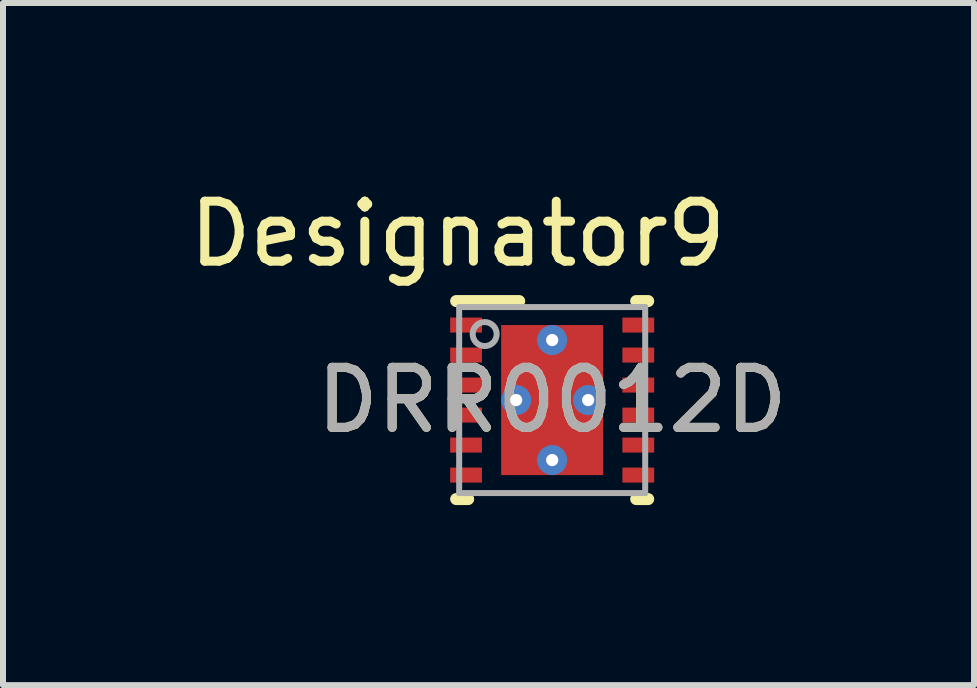
<source format=kicad_pcb>
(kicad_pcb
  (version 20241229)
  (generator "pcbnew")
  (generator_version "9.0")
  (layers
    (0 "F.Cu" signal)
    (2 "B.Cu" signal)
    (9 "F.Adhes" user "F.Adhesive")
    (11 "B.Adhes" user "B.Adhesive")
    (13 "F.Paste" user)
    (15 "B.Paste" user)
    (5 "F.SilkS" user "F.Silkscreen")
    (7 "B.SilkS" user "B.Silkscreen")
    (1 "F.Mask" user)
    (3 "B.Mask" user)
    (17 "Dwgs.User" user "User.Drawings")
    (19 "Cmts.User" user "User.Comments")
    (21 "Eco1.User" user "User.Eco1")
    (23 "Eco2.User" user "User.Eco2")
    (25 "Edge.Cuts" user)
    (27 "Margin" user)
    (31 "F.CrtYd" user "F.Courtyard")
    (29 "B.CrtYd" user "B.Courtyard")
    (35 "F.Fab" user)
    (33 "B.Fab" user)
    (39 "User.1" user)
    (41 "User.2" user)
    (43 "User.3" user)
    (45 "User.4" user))
  (footprint "DRR0012D"
    (layer "F.Cu")
    (at 6.152 3.617)
    (property "Reference" "DRR0012D" (at 0 0 0) (unlocked yes) (layer "F.SilkS") (effects (font (size 1 1) (thickness 0.15))))
    (attr smd)
    (fp_line (start -1.6 -1.65) (end -0.55 -1.65) (stroke (width 0.2) (type solid)) (layer "F.SilkS"))
    (fp_line (start -1.6 1.65) (end -1.4 1.65) (stroke (width 0.2) (type solid)) (layer "F.SilkS"))
    (fp_line (start 1.4 -1.65) (end 1.6 -1.65) (stroke (width 0.2) (type solid)) (layer "F.SilkS"))
    (fp_line (start 1.4 1.65) (end 1.6 1.65) (stroke (width 0.2) (type solid)) (layer "F.SilkS"))
    (fp_poly (pts (xy -0.775 -0.15) (xy -0.775 -1.151) (xy -0.774 -1.16) (xy -0.771 -1.169) (xy -0.767 -1.178) (xy -0.761 -1.186) (xy -0.753 -1.192) (xy -0.744 -1.196) (xy -0.735 -1.199) (xy -0.726 -1.2) (xy 0.726 -1.2) (xy 0.735 -1.199) (xy 0.744 -1.196) (xy 0.753 -1.192) (xy 0.761 -1.186) (xy 0.767 -1.178) (xy 0.771 -1.169) (xy 0.774 -1.16) (xy 0.775 -1.151) (xy 0.775 -0.15) (xy 0.774 -0.14) (xy 0.771 -0.131) (xy 0.767 -0.122) (xy 0.761 -0.114) (xy 0.753 -0.108) (xy 0.744 -0.104) (xy 0.735 -0.101) (xy 0.726 -0.1) (xy -0.726 -0.1) (xy -0.735 -0.101) (xy -0.744 -0.104) (xy -0.753 -0.108) (xy -0.761 -0.114) (xy -0.767 -0.122) (xy -0.771 -0.131) (xy -0.774 -0.14)) (stroke (width 0) (type solid)) (fill yes) (layer "F.Paste"))
    (fp_poly (pts (xy -0.775 1.151) (xy -0.775 0.15) (xy -0.774 0.14) (xy -0.771 0.131) (xy -0.767 0.122) (xy -0.761 0.114) (xy -0.753 0.108) (xy -0.744 0.104) (xy -0.735 0.101) (xy -0.726 0.1) (xy 0.726 0.1) (xy 0.735 0.101) (xy 0.744 0.104) (xy 0.753 0.108) (xy 0.761 0.114) (xy 0.767 0.122) (xy 0.771 0.131) (xy 0.774 0.14) (xy 0.775 0.15) (xy 0.775 1.151) (xy 0.774 1.16) (xy 0.771 1.169) (xy 0.767 1.178) (xy 0.761 1.186) (xy 0.753 1.192) (xy 0.744 1.196) (xy 0.735 1.199) (xy 0.726 1.2) (xy -0.726 1.2) (xy -0.735 1.199) (xy -0.744 1.196) (xy -0.753 1.192) (xy -0.761 1.186) (xy -0.767 1.178) (xy -0.771 1.169) (xy -0.774 1.16)) (stroke (width 0) (type solid)) (fill yes) (layer "F.Paste"))
    (fp_line (start -1.55 -1.55) (end 1.55 -1.55) (stroke (width 0.1) (type solid)) (layer "F.Fab"))
    (fp_line (start -1.55 1.55) (end -1.55 -1.55) (stroke (width 0.1) (type solid)) (layer "F.Fab"))
    (fp_line (start -1.55 1.55) (end 1.55 1.55) (stroke (width 0.1) (type solid)) (layer "F.Fab"))
    (fp_line (start 1.55 1.55) (end 1.55 -1.55) (stroke (width 0.1) (type solid)) (layer "F.Fab"))
    (fp_circle (center -1.125 -1.1) (end -0.925 -1.1) (stroke (width 0.1) (type solid)) (fill no) (layer "F.Fab"))
    (fp_text user "Designator9" (at -1.575 -2.769 0) (unlocked yes) (layer "F.SilkS") (effects (font (size 1 1) (thickness 0.15))))
    (fp_text user "${REFERENCE}" (at 0 0 0) (unlocked yes) (layer "F.Fab") (effects (font (size 1 1) (thickness 0.15))))
    (pad "1" smd rect (at -1.435 -1.25) (size 0.53 0.25) (layers "F.Cu" "F.Mask" "F.Paste"))
    (pad "2" smd rect (at -1.435 -0.75) (size 0.53 0.25) (layers "F.Cu" "F.Mask" "F.Paste"))
    (pad "3" smd rect (at -1.435 -0.25) (size 0.53 0.25) (layers "F.Cu" "F.Mask" "F.Paste"))
    (pad "4" smd rect (at -1.435 0.25) (size 0.53 0.25) (layers "F.Cu" "F.Mask" "F.Paste"))
    (pad "5" smd rect (at -1.435 0.75) (size 0.53 0.25) (layers "F.Cu" "F.Mask" "F.Paste"))
    (pad "6" smd rect (at -1.435 1.25) (size 0.53 0.25) (layers "F.Cu" "F.Mask" "F.Paste"))
    (pad "7" smd rect (at 1.435 1.25) (size 0.53 0.25) (layers "F.Cu" "F.Mask" "F.Paste"))
    (pad "8" smd rect (at 1.435 0.75) (size 0.53 0.25) (layers "F.Cu" "F.Mask" "F.Paste"))
    (pad "9" smd rect (at 1.435 0.25) (size 0.53 0.25) (layers "F.Cu" "F.Mask" "F.Paste"))
    (pad "10" smd rect (at 1.435 -0.25) (size 0.53 0.25) (layers "F.Cu" "F.Mask" "F.Paste"))
    (pad "11" smd rect (at 1.435 -0.75) (size 0.53 0.25) (layers "F.Cu" "F.Mask" "F.Paste"))
    (pad "12" smd rect (at 1.435 -1.25) (size 0.53 0.25) (layers "F.Cu" "F.Mask" "F.Paste"))
    (pad "13" smd rect (at 0 0) (size 1.7 2.5) (layers "F.Cu" "F.Mask"))
    (pad "V" thru_hole circle (at -0.6 0) (size 0.5 0.5) (drill 0.203) (layers "*.Cu" "*.Mask"))
    (pad "V" thru_hole circle (at 0 -1) (size 0.5 0.5) (drill 0.203) (layers "*.Cu" "*.Mask"))
    (pad "V" thru_hole circle (at 0 1) (size 0.5 0.5) (drill 0.203) (layers "*.Cu" "*.Mask"))
    (pad "V" thru_hole circle (at 0.6 0) (size 0.5 0.5) (drill 0.203) (layers "*.Cu" "*.Mask")))
  (gr_rect
    (start -3 -3)
    (end 13.182 8.367)
    (stroke (width 0.1) (type default))
    (fill no)
    (layer "Edge.Cuts")))
</source>
